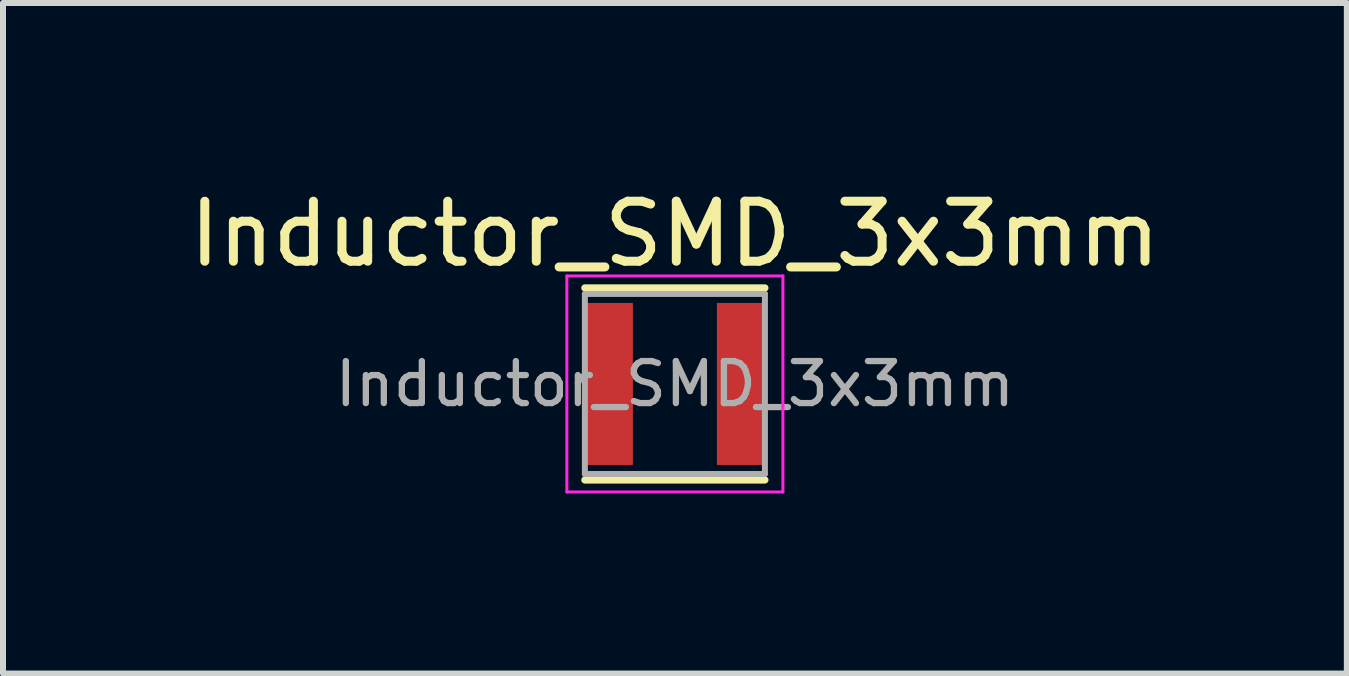
<source format=kicad_pcb>
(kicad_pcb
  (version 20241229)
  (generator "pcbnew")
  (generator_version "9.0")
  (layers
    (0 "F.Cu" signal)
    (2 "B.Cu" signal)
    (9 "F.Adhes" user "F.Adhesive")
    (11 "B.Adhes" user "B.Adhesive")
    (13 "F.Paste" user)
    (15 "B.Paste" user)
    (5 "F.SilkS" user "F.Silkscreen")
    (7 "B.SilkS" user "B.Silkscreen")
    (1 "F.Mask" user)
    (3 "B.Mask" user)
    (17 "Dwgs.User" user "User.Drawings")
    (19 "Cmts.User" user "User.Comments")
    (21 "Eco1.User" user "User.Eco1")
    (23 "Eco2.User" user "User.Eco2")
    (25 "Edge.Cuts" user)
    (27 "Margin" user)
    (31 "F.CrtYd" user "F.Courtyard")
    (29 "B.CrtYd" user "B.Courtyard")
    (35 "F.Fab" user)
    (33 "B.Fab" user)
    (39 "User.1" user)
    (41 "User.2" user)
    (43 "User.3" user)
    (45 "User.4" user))
  (footprint "Inductor_SMD_3x3mm"
    (layer "F.Cu")
    (at 8.196 3.348)
    (property "Reference" "Inductor_SMD_3x3mm" (at 0 -2.5 0) (layer "F.SilkS") (effects (font (size 1 1) (thickness 0.15))))
    (attr smd)
    (fp_line (start -1.5 -1.6) (end 1.5 -1.6) (stroke (width 0.12) (type solid)) (layer "F.SilkS"))
    (fp_line (start -1.5 1.6) (end 1.5 1.6) (stroke (width 0.12) (type solid)) (layer "F.SilkS"))
    (fp_line (start -1.8 -1.8) (end -1.8 1.8) (stroke (width 0.05) (type solid)) (layer "F.CrtYd"))
    (fp_line (start -1.8 1.8) (end 1.8 1.8) (stroke (width 0.05) (type solid)) (layer "F.CrtYd"))
    (fp_line (start 1.8 -1.8) (end -1.8 -1.8) (stroke (width 0.05) (type solid)) (layer "F.CrtYd"))
    (fp_line (start 1.8 1.8) (end 1.8 -1.8) (stroke (width 0.05) (type solid)) (layer "F.CrtYd"))
    (fp_line (start -1.5 -1.5) (end -1.5 1.5) (stroke (width 0.1) (type solid)) (layer "F.Fab"))
    (fp_line (start -1.5 1.5) (end 1.5 1.5) (stroke (width 0.1) (type solid)) (layer "F.Fab"))
    (fp_line (start 1.5 -1.5) (end -1.5 -1.5) (stroke (width 0.1) (type solid)) (layer "F.Fab"))
    (fp_line (start 1.5 1.5) (end 1.5 -1.5) (stroke (width 0.1) (type solid)) (layer "F.Fab"))
    (fp_text user "${REFERENCE}" (at 0 0 0) (layer "F.Fab") (effects (font (size 0.7 0.7) (thickness 0.105))))
    (pad "1" smd rect (at -1.1 0) (size 0.8 2.7) (layers "F.Cu" "F.Mask" "F.Paste"))
    (pad "2" smd rect (at 1.1 0) (size 0.8 2.7) (layers "F.Cu" "F.Mask" "F.Paste")))
  (gr_rect
    (start -3 -3)
    (end 19.393 8.173)
    (stroke (width 0.1) (type default))
    (fill no)
    (layer "Edge.Cuts")))
</source>
